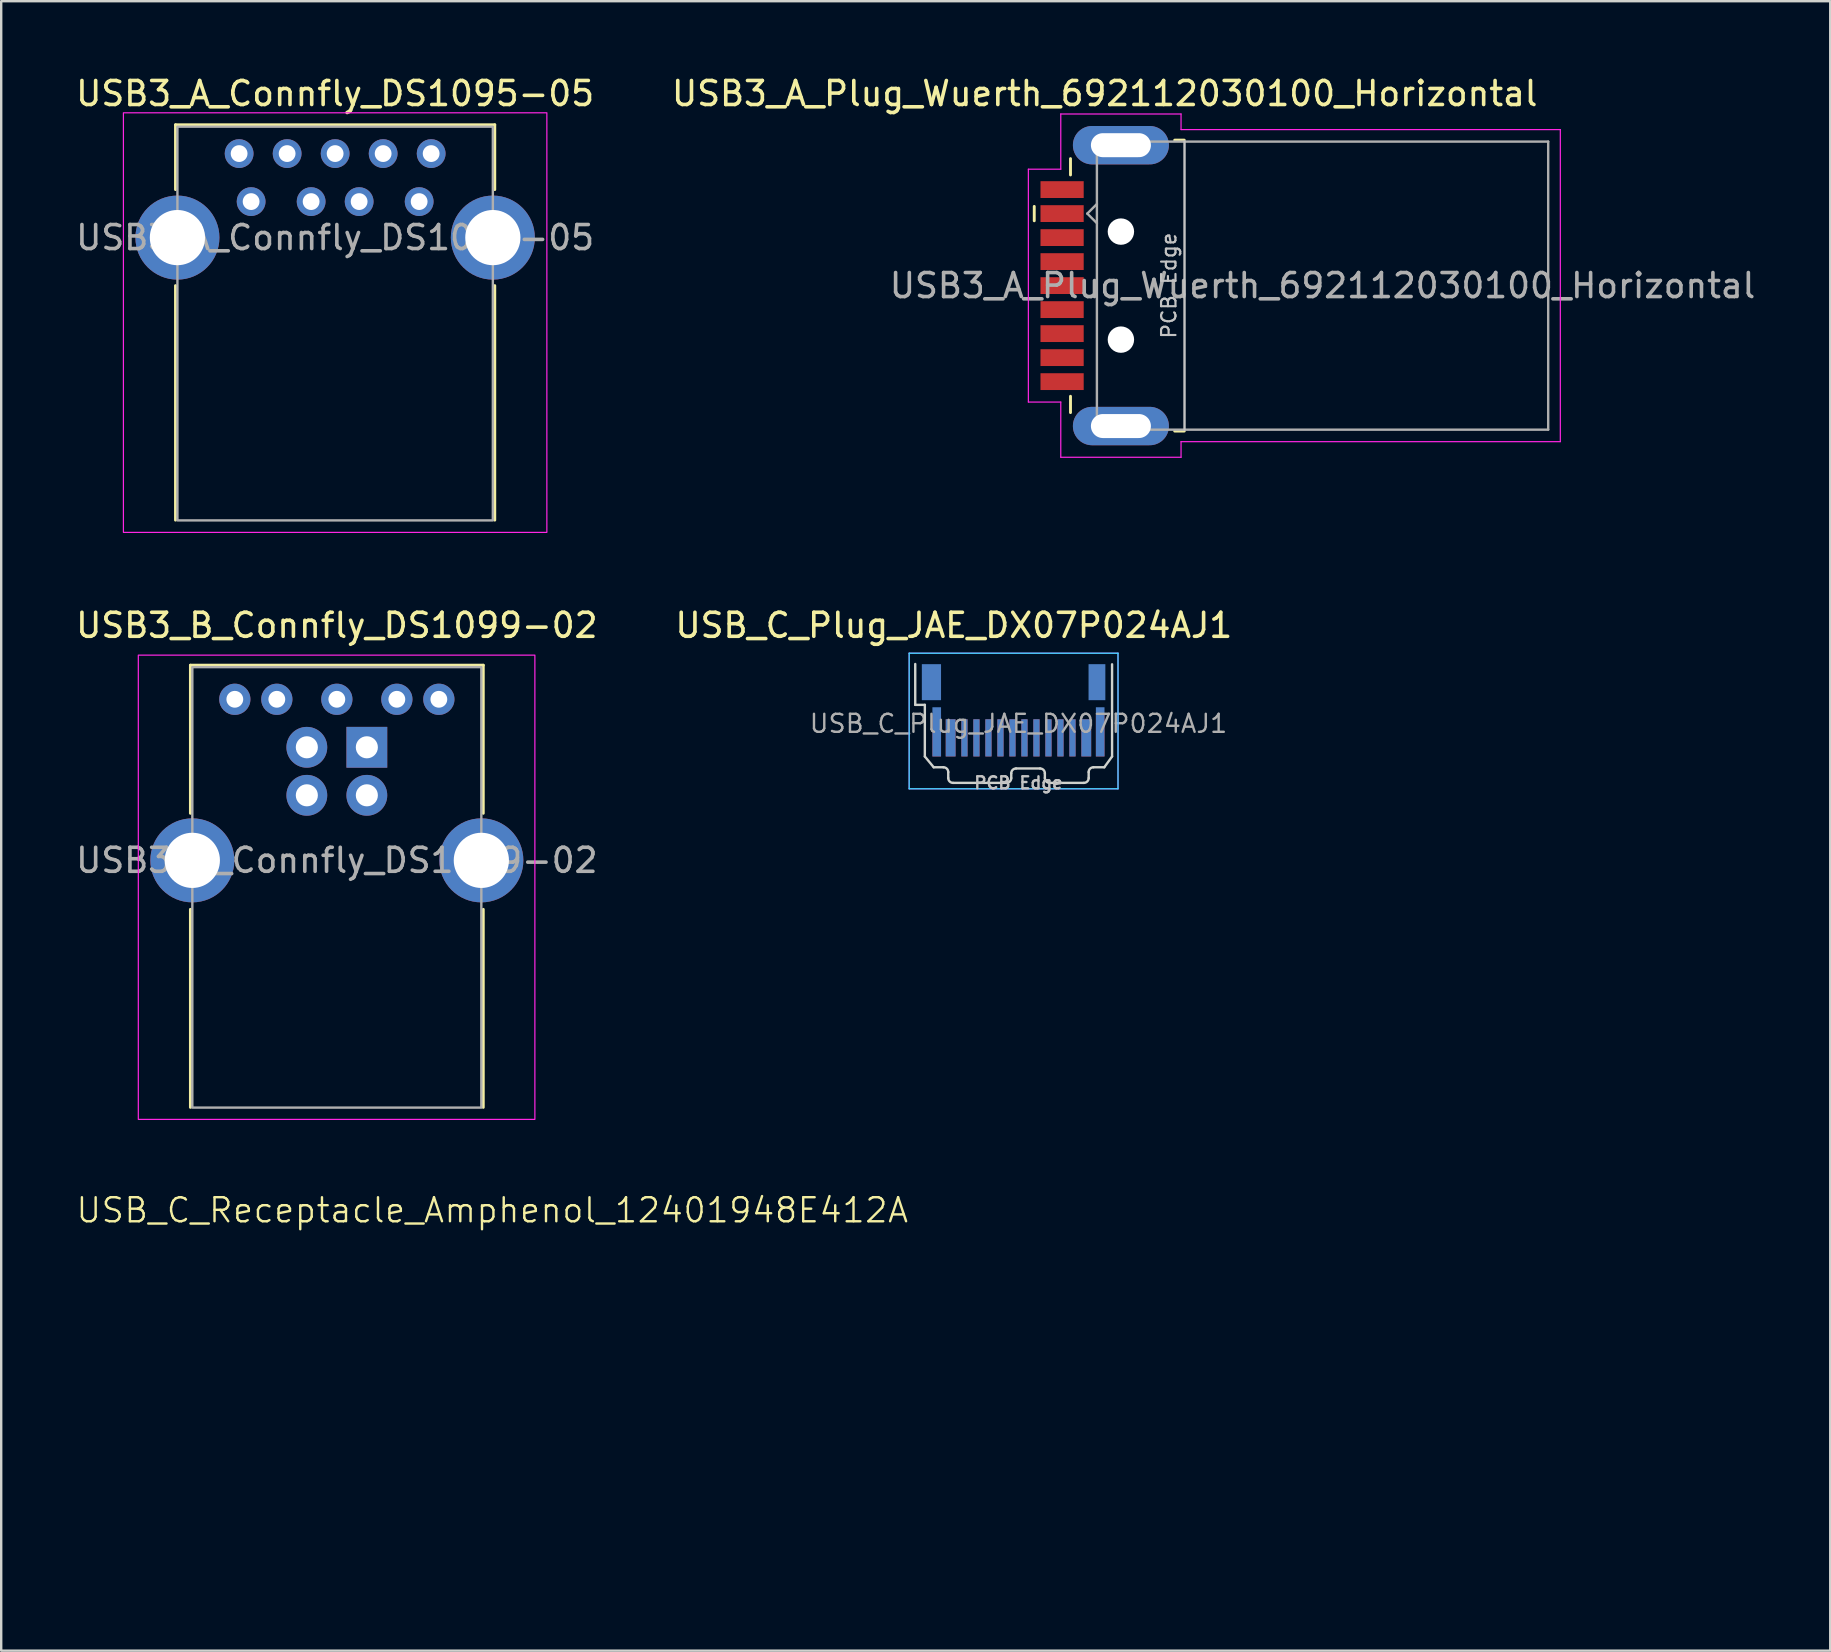
<source format=kicad_pcb>
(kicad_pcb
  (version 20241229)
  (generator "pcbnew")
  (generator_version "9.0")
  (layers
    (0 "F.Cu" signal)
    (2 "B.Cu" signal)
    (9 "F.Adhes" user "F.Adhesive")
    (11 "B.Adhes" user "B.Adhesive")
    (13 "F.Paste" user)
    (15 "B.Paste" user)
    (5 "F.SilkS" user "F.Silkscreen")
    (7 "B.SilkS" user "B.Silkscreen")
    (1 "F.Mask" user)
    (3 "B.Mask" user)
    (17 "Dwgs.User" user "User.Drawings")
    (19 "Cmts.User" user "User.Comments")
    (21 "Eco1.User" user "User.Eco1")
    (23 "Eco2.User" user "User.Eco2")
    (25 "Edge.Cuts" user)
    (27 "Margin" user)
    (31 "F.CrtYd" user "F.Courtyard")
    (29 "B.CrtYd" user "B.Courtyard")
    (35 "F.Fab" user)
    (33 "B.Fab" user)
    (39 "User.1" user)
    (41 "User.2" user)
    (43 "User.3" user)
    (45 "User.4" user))
  (footprint "USB3_A_Plug_Wuerth_692112030100_Horizontal"
    (layer "F.Cu")
    (at 42.97 8.848)
    (property "Reference" "USB3_A_Plug_Wuerth_692112030100_Horizontal" (at 0 -8 0) (layer "F.SilkS") (effects (font (size 1 1) (thickness 0.15))))
    (attr smd)
    (fp_line (start -2.935 -2.7) (end -2.935 -3.3) (stroke (width 0.12) (type solid)) (layer "F.SilkS"))
    (fp_line (start -1.425 -4.61) (end -1.425 -5.29) (stroke (width 0.12) (type solid)) (layer "F.SilkS"))
    (fp_line (start -1.425 4.61) (end -1.425 5.29) (stroke (width 0.12) (type solid)) (layer "F.SilkS"))
    (fp_line (start 3.315 -6.06) (end 2.915 -6.06) (stroke (width 0.12) (type solid)) (layer "F.SilkS"))
    (fp_line (start 3.315 6.06) (end 2.915 6.06) (stroke (width 0.12) (type solid)) (layer "F.SilkS"))
    (fp_line (start 3.325 6) (end 3.325 -6) (stroke (width 0.1) (type solid)) (layer "Dwgs.User"))
    (fp_line (start -3.18 -4.85) (end -3.18 4.85) (stroke (width 0.05) (type solid)) (layer "F.CrtYd"))
    (fp_line (start -1.83 -7.15) (end -1.83 -4.85) (stroke (width 0.05) (type solid)) (layer "F.CrtYd"))
    (fp_line (start -1.83 -4.85) (end -3.18 -4.85) (stroke (width 0.05) (type solid)) (layer "F.CrtYd"))
    (fp_line (start -1.83 4.85) (end -3.18 4.85) (stroke (width 0.05) (type solid)) (layer "F.CrtYd"))
    (fp_line (start -1.83 7.15) (end -1.83 4.85) (stroke (width 0.05) (type solid)) (layer "F.CrtYd"))
    (fp_line (start 3.18 -7.15) (end -1.83 -7.15) (stroke (width 0.05) (type solid)) (layer "F.CrtYd"))
    (fp_line (start 3.18 -6.5) (end 3.18 -7.15) (stroke (width 0.05) (type solid)) (layer "F.CrtYd"))
    (fp_line (start 3.18 6.5) (end 3.18 7.15) (stroke (width 0.05) (type solid)) (layer "F.CrtYd"))
    (fp_line (start 3.18 7.15) (end -1.83 7.15) (stroke (width 0.05) (type solid)) (layer "F.CrtYd"))
    (fp_line (start 18.98 -6.5) (end 3.18 -6.5) (stroke (width 0.05) (type solid)) (layer "F.CrtYd"))
    (fp_line (start 18.98 6.5) (end 3.18 6.5) (stroke (width 0.05) (type solid)) (layer "F.CrtYd"))
    (fp_line (start 18.98 6.5) (end 18.98 -6.5) (stroke (width 0.05) (type solid)) (layer "F.CrtYd"))
    (fp_line (start -0.725 -3) (end -0.325 -3.4) (stroke (width 0.1) (type solid)) (layer "F.Fab"))
    (fp_line (start -0.725 -3) (end -0.325 -2.6) (stroke (width 0.1) (type solid)) (layer "F.Fab"))
    (fp_line (start -0.325 6) (end -0.325 -6) (stroke (width 0.1) (type solid)) (layer "F.Fab"))
    (fp_line (start 18.475 -6) (end -0.325 -6) (stroke (width 0.1) (type solid)) (layer "F.Fab"))
    (fp_line (start 18.475 6) (end -0.325 6) (stroke (width 0.1) (type solid)) (layer "F.Fab"))
    (fp_line (start 18.475 6) (end 18.475 -6) (stroke (width 0.1) (type solid)) (layer "F.Fab"))
    (fp_text user "PCB Edge" (at 2.675 0 90) (layer "Dwgs.User") (effects (font (size 0.6 0.6) (thickness 0.09))))
    (fp_text user "${REFERENCE}" (at 9.075 0 180) (layer "F.Fab") (effects (font (size 1 1) (thickness 0.15))))
    (pad "" np_thru_hole circle (at 0.675 -2.25 90) (size 1.1 1.1) (drill 1.1) (layers "*.Cu" "*.Mask"))
    (pad "" np_thru_hole circle (at 0.675 2.25 90) (size 1.1 1.1) (drill 1.1) (layers "*.Cu" "*.Mask"))
    (pad "1" smd rect (at -1.775 -3 90) (size 0.7 1.8) (layers "F.Cu" "F.Mask" "F.Paste"))
    (pad "2" smd rect (at -1.775 -1 90) (size 0.7 1.8) (layers "F.Cu" "F.Mask" "F.Paste"))
    (pad "3" smd rect (at -1.775 1 90) (size 0.7 1.8) (layers "F.Cu" "F.Mask" "F.Paste"))
    (pad "4" smd rect (at -1.775 3 90) (size 0.7 1.8) (layers "F.Cu" "F.Mask" "F.Paste"))
    (pad "5" smd rect (at -1.775 4 90) (size 0.7 1.8) (layers "F.Cu" "F.Mask" "F.Paste"))
    (pad "6" smd rect (at -1.775 2 90) (size 0.7 1.8) (layers "F.Cu" "F.Mask" "F.Paste"))
    (pad "7" smd rect (at -1.775 0 90) (size 0.7 1.8) (layers "F.Cu" "F.Mask" "F.Paste"))
    (pad "8" smd rect (at -1.775 -2 90) (size 0.7 1.8) (layers "F.Cu" "F.Mask" "F.Paste"))
    (pad "9" smd rect (at -1.775 -4) (size 1.8 0.7) (layers "F.Cu" "F.Mask" "F.Paste"))
    (pad "10" thru_hole oval (at 0.675 -5.85 90) (size 1.6 4) (drill oval 1 2.5) (layers "*.Cu" "*.Mask"))
    (pad "10" thru_hole oval (at 0.675 5.85 90) (size 1.6 4) (drill oval 1 2.5) (layers "*.Cu" "*.Mask")))
  (footprint "USB_C_Receptacle_Amphenol_12401948E412A"
    (layer "F.Cu")
    (at 17.458 54.367)
    (property "Reference" "USB_C_Receptacle_Amphenol_12401948E412A" (at 0 -7 0) (unlocked yes) (layer "F.SilkS") (effects (font (size 1 1) (thickness 0.1)))))
  (footprint "USB_C_Plug_JAE_DX07P024AJ1"
    (layer "F.Cu")
    (at 39.377 26.541)
    (property "Reference" "USB_C_Plug_JAE_DX07P024AJ1" (at -2.692 -3.54 0) (layer "F.SilkS") (effects (font (size 1 1) (thickness 0.15))))
    (attr smd)
    (fp_line (start -4.3 -1.93) (end -4.3 -0.228) (stroke (width 0.1) (type solid)) (layer "Edge.Cuts"))
    (fp_line (start -4.3 -0.228) (end -3.9 -0.228) (stroke (width 0.1) (type solid)) (layer "Edge.Cuts"))
    (fp_line (start -3.9 1.923) (end -3.9 -0.228) (stroke (width 0.1) (type solid)) (layer "Edge.Cuts"))
    (fp_line (start -3.53 2.373) (end -3.9 1.923) (stroke (width 0.1) (type solid)) (layer "Edge.Cuts"))
    (fp_line (start -3.125 2.373) (end -3.53 2.373) (stroke (width 0.1) (type solid)) (layer "Edge.Cuts"))
    (fp_line (start -2.925 2.822) (end -2.925 2.572) (stroke (width 0.1) (type solid)) (layer "Edge.Cuts"))
    (fp_line (start -0.5 3.022) (end -2.725 3.022) (stroke (width 0.1) (type solid)) (layer "Edge.Cuts"))
    (fp_line (start -0.3 2.623) (end -0.3 2.822) (stroke (width 0.1) (type solid)) (layer "Edge.Cuts"))
    (fp_line (start -0.1 2.422) (end 0.9 2.422) (stroke (width 0.1) (type solid)) (layer "Edge.Cuts"))
    (fp_line (start 1.1 2.822) (end 1.1 2.623) (stroke (width 0.1) (type solid)) (layer "Edge.Cuts"))
    (fp_line (start 1.3 3.022) (end 2.725 3.022) (stroke (width 0.1) (type solid)) (layer "Edge.Cuts"))
    (fp_line (start 2.925 2.822) (end 2.925 2.572) (stroke (width 0.1) (type solid)) (layer "Edge.Cuts"))
    (fp_line (start 3.125 2.373) (end 3.575 2.373) (stroke (width 0.1) (type solid)) (layer "Edge.Cuts"))
    (fp_line (start 3.575 2.373) (end 3.9 1.923) (stroke (width 0.1) (type solid)) (layer "Edge.Cuts"))
    (fp_line (start 3.9 1.923) (end 3.9 -1.917) (stroke (width 0.1) (type solid)) (layer "Edge.Cuts"))
    (fp_arc (start -3.125 2.3725) (mid -2.983579 2.431079) (end -2.925 2.5725) (stroke (width 0.1) (type solid)) (layer "Edge.Cuts"))
    (fp_arc (start -2.725 3.0225) (mid -2.866421 2.963921) (end -2.925 2.8225) (stroke (width 0.1) (type solid)) (layer "Edge.Cuts"))
    (fp_arc (start -0.3 2.6225) (mid -0.241421 2.481079) (end -0.1 2.4225) (stroke (width 0.1) (type solid)) (layer "Edge.Cuts"))
    (fp_arc (start -0.3 2.8225) (mid -0.358579 2.963921) (end -0.5 3.0225) (stroke (width 0.1) (type solid)) (layer "Edge.Cuts"))
    (fp_arc (start 0.9 2.4225) (mid 1.041421 2.481079) (end 1.1 2.6225) (stroke (width 0.1) (type solid)) (layer "Edge.Cuts"))
    (fp_arc (start 1.3 3.0225) (mid 1.158579 2.963921) (end 1.1 2.8225) (stroke (width 0.1) (type solid)) (layer "Edge.Cuts"))
    (fp_arc (start 2.925 2.5725) (mid 2.983579 2.431079) (end 3.125 2.3725) (stroke (width 0.1) (type solid)) (layer "Edge.Cuts"))
    (fp_arc (start 2.925 2.8225) (mid 2.866421 2.963921) (end 2.725 3.0225) (stroke (width 0.1) (type solid)) (layer "Edge.Cuts"))
    (fp_line (start -4.553 -2.38) (end 4.147 -2.38) (stroke (width 0.05) (type solid)) (layer "B.CrtYd"))
    (fp_line (start -4.553 3.27) (end -4.553 -2.38) (stroke (width 0.05) (type solid)) (layer "B.CrtYd"))
    (fp_line (start 4.147 -2.38) (end 4.147 3.27) (stroke (width 0.05) (type solid)) (layer "B.CrtYd"))
    (fp_line (start 4.147 3.27) (end -4.553 3.27) (stroke (width 0.05) (type solid)) (layer "B.CrtYd"))
    (fp_line (start -4.553 -2.38) (end 4.147 -2.38) (stroke (width 0.05) (type solid)) (layer "F.CrtYd"))
    (fp_line (start -4.553 3.27) (end -4.553 -2.38) (stroke (width 0.05) (type solid)) (layer "F.CrtYd"))
    (fp_line (start 4.147 -2.38) (end 4.147 3.27) (stroke (width 0.05) (type solid)) (layer "F.CrtYd"))
    (fp_line (start 4.147 3.27) (end -4.553 3.27) (stroke (width 0.05) (type solid)) (layer "F.CrtYd"))
    (fp_text user "PCB Edge" (at 0 3.022 0) (layer "Dwgs.User") (effects (font (size 0.5 0.5) (thickness 0.1))))
    (fp_text user "${REFERENCE}" (at 0 0.552 0) (layer "F.Fab") (effects (font (size 0.75 0.75) (thickness 0.1))))
    (pad "" smd rect (at -3.405 1.048) (size 0.36 1.75) (layers "F.Cu" "F.Mask"))
    (pad "" smd rect (at 3.405 1.048) (size 0.36 1.75) (layers "F.Cu" "F.Mask"))
    (pad "A1" smd rect (at 2.825 1.147) (size 0.41 1.55) (layers "F.Cu" "F.Mask" "F.Paste"))
    (pad "A2" smd rect (at 2.25 1.147) (size 0.26 1.55) (layers "F.Cu" "F.Mask" "F.Paste"))
    (pad "A3" smd rect (at 1.75 1.147) (size 0.26 1.55) (layers "F.Cu" "F.Mask" "F.Paste"))
    (pad "A4" smd rect (at 1.25 1.147) (size 0.26 1.55) (layers "F.Cu" "F.Mask" "F.Paste"))
    (pad "A5" smd rect (at 0.75 1.147) (size 0.26 1.55) (layers "F.Cu" "F.Mask" "F.Paste"))
    (pad "A6" smd rect (at 0.25 1.147 180) (size 0.26 1.55) (layers "F.Cu" "F.Mask" "F.Paste"))
    (pad "A7" smd rect (at -0.25 1.147 180) (size 0.26 1.55) (layers "F.Cu" "F.Mask" "F.Paste"))
    (pad "A8" smd rect (at -0.75 1.147) (size 0.26 1.55) (layers "F.Cu" "F.Mask" "F.Paste"))
    (pad "A9" smd rect (at -1.25 1.147) (size 0.26 1.55) (layers "F.Cu" "F.Mask" "F.Paste"))
    (pad "A10" smd rect (at -1.75 1.147) (size 0.26 1.55) (layers "F.Cu" "F.Mask" "F.Paste"))
    (pad "A11" smd rect (at -2.25 1.147) (size 0.26 1.55) (layers "F.Cu" "F.Mask" "F.Paste"))
    (pad "A12" smd rect (at -2.825 1.147) (size 0.41 1.55) (layers "F.Cu" "F.Mask" "F.Paste"))
    (pad "B1" smd rect (at -2.825 1.147) (size 0.41 1.55) (layers "B.Cu" "B.Mask" "B.Paste"))
    (pad "B2" smd rect (at -2.25 1.147) (size 0.26 1.55) (layers "B.Cu" "B.Mask" "B.Paste"))
    (pad "B3" smd rect (at -1.75 1.147) (size 0.26 1.55) (layers "B.Cu" "B.Mask" "B.Paste"))
    (pad "B4" smd rect (at -1.25 1.147) (size 0.26 1.55) (layers "B.Cu" "B.Mask" "B.Paste"))
    (pad "B5" smd rect (at -0.75 1.147) (size 0.26 1.55) (layers "B.Cu" "B.Mask" "B.Paste"))
    (pad "B6" smd rect (at -0.25 1.147 180) (size 0.26 1.55) (layers "B.Cu" "B.Mask" "B.Paste"))
    (pad "B7" smd rect (at 0.25 1.147) (size 0.26 1.55) (layers "B.Cu" "B.Mask" "B.Paste"))
    (pad "B8" smd rect (at 0.75 1.147) (size 0.26 1.55) (layers "B.Cu" "B.Mask" "B.Paste"))
    (pad "B9" smd rect (at 1.25 1.147) (size 0.26 1.55) (layers "B.Cu" "B.Mask" "B.Paste"))
    (pad "B10" smd rect (at 1.75 1.147) (size 0.26 1.55) (layers "B.Cu" "B.Mask" "B.Paste"))
    (pad "B11" smd rect (at 2.25 1.147) (size 0.26 1.55) (layers "B.Cu" "B.Mask" "B.Paste"))
    (pad "B12" smd rect (at 2.825 1.147) (size 0.41 1.55) (layers "B.Cu" "B.Mask" "B.Paste"))
    (pad "S1" smd rect (at -3.625 -1.173) (size 0.8 1.5) (layers "B.Cu" "B.Mask" "B.Paste"))
    (pad "S1" smd rect (at -3.405 0.897) (size 0.36 2.05) (layers "B.Cu" "B.Mask" "B.Paste"))
    (pad "S1" smd rect (at 3.27 -1.173 180) (size 0.7 1.5) (layers "B.Cu" "B.Mask" "B.Paste"))
    (pad "S1" smd rect (at 3.405 0.897) (size 0.36 2.05) (layers "B.Cu" "B.Mask" "B.Paste")))
  (footprint "USB3_B_Connfly_DS1099-02"
    (layer "F.Cu")
    (at 12.232 28.081)
    (property "Reference" "USB3_B_Connfly_DS1099-02" (at -1.25 -5.08 0) (unlocked yes) (layer "F.SilkS") (effects (font (size 1 1) (thickness 0.15))))
    (attr through_hole)
    (fp_line (start -7.35 -3.42) (end 4.85 -3.42) (stroke (width 0.12) (type solid)) (layer "F.SilkS"))
    (fp_line (start -7.35 2.75) (end -7.35 -3.42) (stroke (width 0.12) (type solid)) (layer "F.SilkS"))
    (fp_line (start -7.35 6.75) (end -7.35 15) (stroke (width 0.12) (type solid)) (layer "F.SilkS"))
    (fp_line (start 4.85 2.75) (end 4.85 -3.42) (stroke (width 0.12) (type solid)) (layer "F.SilkS"))
    (fp_line (start 4.85 6.75) (end 4.85 15) (stroke (width 0.12) (type solid)) (layer "F.SilkS"))
    (fp_rect (start -9.52 -3.84) (end 7 15.5) (stroke (width 0.05) (type solid)) (fill no) (layer "F.CrtYd"))
    (fp_rect (start -7.27 -3.34) (end 4.77 15.01) (stroke (width 0.1) (type solid)) (fill no) (layer "F.Fab"))
    (fp_text user "${REFERENCE}" (at -1.25 4.71 0) (unlocked yes) (layer "F.Fab") (effects (font (size 1 1) (thickness 0.15))))
    (pad "1" thru_hole rect (at 0 0) (size 1.7 1.7) (drill 0.92) (layers "*.Cu" "*.Mask"))
    (pad "2" thru_hole circle (at -2.5 0) (size 1.7 1.7) (drill 0.92) (layers "*.Cu" "*.Mask"))
    (pad "3" thru_hole circle (at -2.5 2) (size 1.7 1.7) (drill 0.92) (layers "*.Cu" "*.Mask"))
    (pad "4" thru_hole circle (at 0 2) (size 1.7 1.7) (drill 0.92) (layers "*.Cu" "*.Mask"))
    (pad "5" thru_hole circle (at -5.5 -2) (size 1.3 1.3) (drill 0.7) (layers "*.Cu" "*.Mask"))
    (pad "6" thru_hole circle (at -3.75 -2) (size 1.3 1.3) (drill 0.7) (layers "*.Cu" "*.Mask"))
    (pad "7" thru_hole circle (at -1.25 -2) (size 1.3 1.3) (drill 0.7) (layers "*.Cu" "*.Mask"))
    (pad "8" thru_hole circle (at 1.25 -2) (size 1.3 1.3) (drill 0.7) (layers "*.Cu" "*.Mask"))
    (pad "9" thru_hole circle (at 3 -2) (size 1.3 1.3) (drill 0.7) (layers "*.Cu" "*.Mask"))
    (pad "10" thru_hole circle (at -7.27 4.71) (size 3.5 3.5) (drill 2.3) (layers "*.Cu" "*.Mask"))
    (pad "10" thru_hole circle (at 4.77 4.71) (size 3.5 3.5) (drill 2.3) (layers "*.Cu" "*.Mask")))
  (footprint "USB3_A_Connfly_DS1095-05"
    (layer "F.Cu")
    (at 7.411 5.348)
    (property "Reference" "USB3_A_Connfly_DS1095-05" (at 3.5 -4.5 0) (unlocked yes) (layer "F.SilkS") (effects (font (size 1 1) (thickness 0.15))))
    (attr through_hole)
    (fp_line (start -3.15 -3.2) (end 10.15 -3.2) (stroke (width 0.12) (type solid)) (layer "F.SilkS"))
    (fp_line (start -3.15 -0.5) (end -3.15 -3.2) (stroke (width 0.12) (type solid)) (layer "F.SilkS"))
    (fp_line (start -3.15 3.5) (end -3.15 13.27) (stroke (width 0.12) (type solid)) (layer "F.SilkS"))
    (fp_line (start 10.15 -0.5) (end 10.15 -3.2) (stroke (width 0.12) (type solid)) (layer "F.SilkS"))
    (fp_line (start 10.15 3.5) (end 10.15 13.27) (stroke (width 0.12) (type solid)) (layer "F.SilkS"))
    (fp_rect (start -5.32 -3.7) (end 12.32 13.78) (stroke (width 0.05) (type solid)) (fill no) (layer "F.CrtYd"))
    (fp_rect (start -3.07 -3.12) (end 10.07 13.28) (stroke (width 0.1) (type solid)) (fill no) (layer "F.Fab"))
    (fp_text user "${REFERENCE}" (at 3.5 1.5 0) (unlocked yes) (layer "F.Fab") (effects (font (size 1 1) (thickness 0.15))))
    (pad "1" thru_hole circle (at 0 0) (size 1.2 1.2) (drill 0.7) (layers "*.Cu" "*.Mask"))
    (pad "2" thru_hole circle (at 2.5 0) (size 1.2 1.2) (drill 0.7) (layers "*.Cu" "*.Mask"))
    (pad "3" thru_hole circle (at 4.5 0) (size 1.2 1.2) (drill 0.7) (layers "*.Cu" "*.Mask"))
    (pad "4" thru_hole circle (at 7 0) (size 1.2 1.2) (drill 0.7) (layers "*.Cu" "*.Mask"))
    (pad "5" thru_hole circle (at 7.5 -2) (size 1.2 1.2) (drill 0.7) (layers "*.Cu" "*.Mask"))
    (pad "6" thru_hole circle (at 5.5 -2) (size 1.2 1.2) (drill 0.7) (layers "*.Cu" "*.Mask"))
    (pad "7" thru_hole circle (at 3.5 -2) (size 1.2 1.2) (drill 0.7) (layers "*.Cu" "*.Mask"))
    (pad "8" thru_hole circle (at 1.5 -2) (size 1.2 1.2) (drill 0.7) (layers "*.Cu" "*.Mask"))
    (pad "9" thru_hole circle (at -0.5 -2) (size 1.2 1.2) (drill 0.7) (layers "*.Cu" "*.Mask"))
    (pad "10" thru_hole circle (at -3.07 1.5) (size 3.5 3.5) (drill 2.3) (layers "*.Cu" "*.Mask"))
    (pad "10" thru_hole circle (at 10.07 1.5) (size 3.5 3.5) (drill 2.3) (layers "*.Cu" "*.Mask")))
  (gr_rect
    (start -3 -3)
    (end 73.194 65.715)
    (stroke (width 0.1) (type default))
    (fill no)
    (layer "Edge.Cuts")))
</source>
